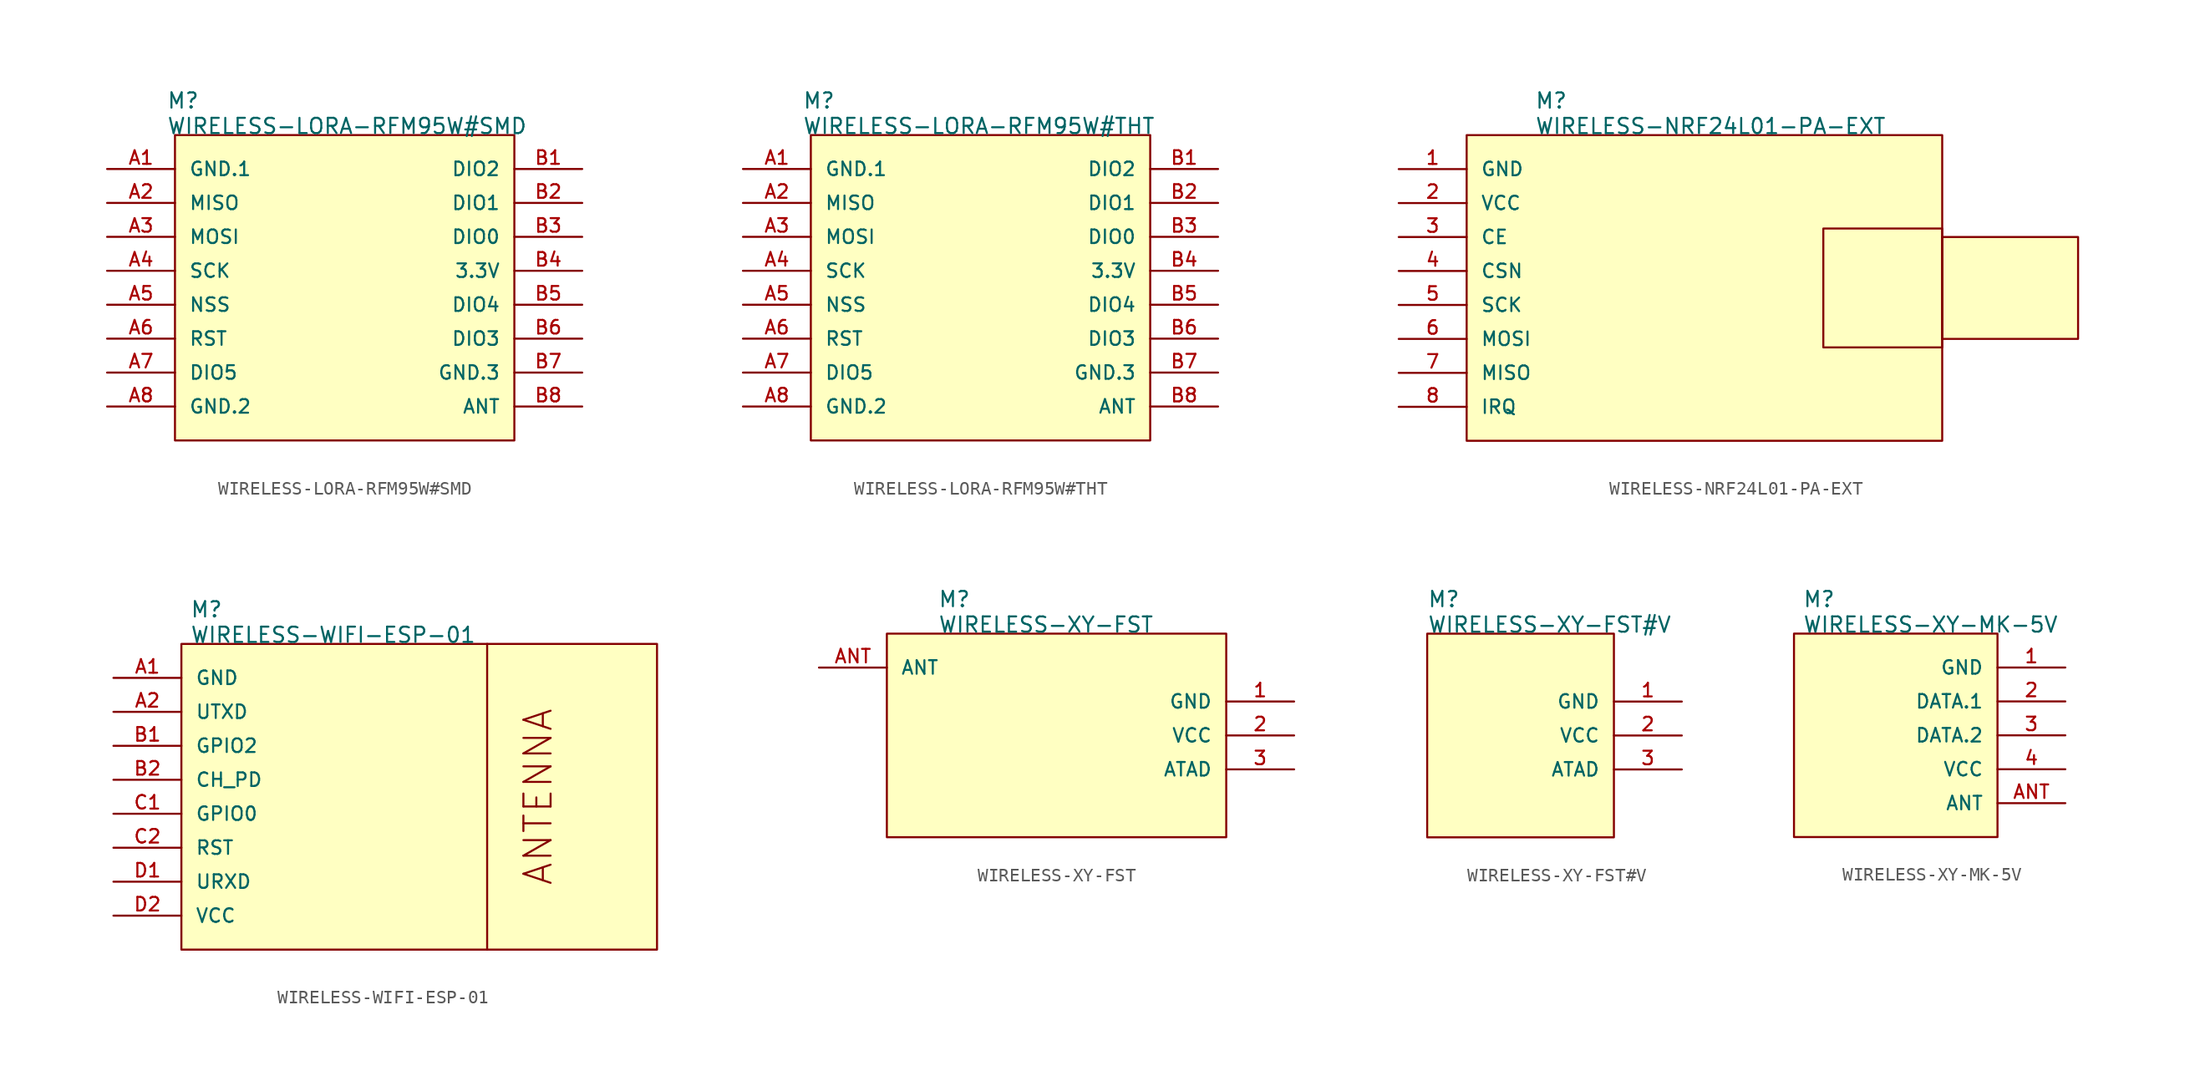
<source format=kicad_sym>
(kicad_symbol_lib
  (version 20231120)
  (generator "kicad_symbol_editor")
  (generator_version "8.0")
  (symbol "WIRELESS-LORA-RFM95W#SMD"
    (pin_names
      (offset 1.016))
    (property "Reference" "M"
      (at -13.335 14.605 0)
      (effects (font (size 1.143 1.143)) (justify left bottom)))
    (property "Value" "WIRELESS-LORA-RFM95W#SMD"
      (at -13.335 12.7 0)
      (effects (font (size 1.143 1.143)) (justify left bottom)))
    (property "ki_locked" ""
      (at 0 0 0)
      (effects (font (size 1.27 1.27))))
    (symbol "WIRELESS-LORA-RFM95W#SMD_1_1"
      (rectangle (start 12.7 -10.16) (end -12.7 12.7) (stroke (width 0) (type default)) (fill (type background)))
      (pin power_in line (at -17.78 10.16 0) (length 5.08) (name "GND.1" (effects (font (size 1.016 1.016)))) (number "A1" (effects (font (size 1.016 1.016)))))
      (pin bidirectional line (at -17.78 7.62 0) (length 5.08) (name "MISO" (effects (font (size 1.016 1.016)))) (number "A2" (effects (font (size 1.016 1.016)))))
      (pin bidirectional line (at -17.78 5.08 0) (length 5.08) (name "MOSI" (effects (font (size 1.016 1.016)))) (number "A3" (effects (font (size 1.016 1.016)))))
      (pin bidirectional line (at -17.78 2.54 0) (length 5.08) (name "SCK" (effects (font (size 1.016 1.016)))) (number "A4" (effects (font (size 1.016 1.016)))))
      (pin bidirectional line (at -17.78 0 0) (length 5.08) (name "NSS" (effects (font (size 1.016 1.016)))) (number "A5" (effects (font (size 1.016 1.016)))))
      (pin bidirectional line (at -17.78 -2.54 0) (length 5.08) (name "RST" (effects (font (size 1.016 1.016)))) (number "A6" (effects (font (size 1.016 1.016)))))
      (pin bidirectional line (at -17.78 -5.08 0) (length 5.08) (name "DIO5" (effects (font (size 1.016 1.016)))) (number "A7" (effects (font (size 1.016 1.016)))))
      (pin power_in line (at -17.78 -7.62 0) (length 5.08) (name "GND.2" (effects (font (size 1.016 1.016)))) (number "A8" (effects (font (size 1.016 1.016)))))
      (pin bidirectional line (at 17.78 10.16 180) (length 5.08) (name "DIO2" (effects (font (size 1.016 1.016)))) (number "B1" (effects (font (size 1.016 1.016)))))
      (pin bidirectional line (at 17.78 7.62 180) (length 5.08) (name "DIO1" (effects (font (size 1.016 1.016)))) (number "B2" (effects (font (size 1.016 1.016)))))
      (pin bidirectional line (at 17.78 5.08 180) (length 5.08) (name "DIO0" (effects (font (size 1.016 1.016)))) (number "B3" (effects (font (size 1.016 1.016)))))
      (pin power_in line (at 17.78 2.54 180) (length 5.08) (name "3.3V" (effects (font (size 1.016 1.016)))) (number "B4" (effects (font (size 1.016 1.016)))))
      (pin bidirectional line (at 17.78 0 180) (length 5.08) (name "DIO4" (effects (font (size 1.016 1.016)))) (number "B5" (effects (font (size 1.016 1.016)))))
      (pin bidirectional line (at 17.78 -2.54 180) (length 5.08) (name "DIO3" (effects (font (size 1.016 1.016)))) (number "B6" (effects (font (size 1.016 1.016)))))
      (pin power_in line (at 17.78 -5.08 180) (length 5.08) (name "GND.3" (effects (font (size 1.016 1.016)))) (number "B7" (effects (font (size 1.016 1.016)))))
      (pin passive line (at 17.78 -7.62 180) (length 5.08) (name "ANT" (effects (font (size 1.016 1.016)))) (number "B8" (effects (font (size 1.016 1.016)))))))
  (symbol "WIRELESS-LORA-RFM95W#THT"
    (pin_names
      (offset 1.016))
    (property "Reference" "M"
      (at -13.335 14.605 0)
      (effects (font (size 1.143 1.143)) (justify left bottom)))
    (property "Value" "WIRELESS-LORA-RFM95W#THT"
      (at -13.335 12.7 0)
      (effects (font (size 1.143 1.143)) (justify left bottom)))
    (property "ki_locked" ""
      (at 0 0 0)
      (effects (font (size 1.27 1.27))))
    (symbol "WIRELESS-LORA-RFM95W#THT_1_1"
      (rectangle (start -12.7 12.7) (end 12.7 -10.16) (stroke (width 0) (type default)) (fill (type background)))
      (pin power_in line (at -17.78 10.16 0) (length 5.08) (name "GND.1" (effects (font (size 1.016 1.016)))) (number "A1" (effects (font (size 1.016 1.016)))))
      (pin bidirectional line (at -17.78 7.62 0) (length 5.08) (name "MISO" (effects (font (size 1.016 1.016)))) (number "A2" (effects (font (size 1.016 1.016)))))
      (pin bidirectional line (at -17.78 5.08 0) (length 5.08) (name "MOSI" (effects (font (size 1.016 1.016)))) (number "A3" (effects (font (size 1.016 1.016)))))
      (pin bidirectional line (at -17.78 2.54 0) (length 5.08) (name "SCK" (effects (font (size 1.016 1.016)))) (number "A4" (effects (font (size 1.016 1.016)))))
      (pin bidirectional line (at -17.78 0 0) (length 5.08) (name "NSS" (effects (font (size 1.016 1.016)))) (number "A5" (effects (font (size 1.016 1.016)))))
      (pin bidirectional line (at -17.78 -2.54 0) (length 5.08) (name "RST" (effects (font (size 1.016 1.016)))) (number "A6" (effects (font (size 1.016 1.016)))))
      (pin bidirectional line (at -17.78 -5.08 0) (length 5.08) (name "DIO5" (effects (font (size 1.016 1.016)))) (number "A7" (effects (font (size 1.016 1.016)))))
      (pin power_in line (at -17.78 -7.62 0) (length 5.08) (name "GND.2" (effects (font (size 1.016 1.016)))) (number "A8" (effects (font (size 1.016 1.016)))))
      (pin bidirectional line (at 17.78 10.16 180) (length 5.08) (name "DIO2" (effects (font (size 1.016 1.016)))) (number "B1" (effects (font (size 1.016 1.016)))))
      (pin bidirectional line (at 17.78 7.62 180) (length 5.08) (name "DIO1" (effects (font (size 1.016 1.016)))) (number "B2" (effects (font (size 1.016 1.016)))))
      (pin bidirectional line (at 17.78 5.08 180) (length 5.08) (name "DIO0" (effects (font (size 1.016 1.016)))) (number "B3" (effects (font (size 1.016 1.016)))))
      (pin power_in line (at 17.78 2.54 180) (length 5.08) (name "3.3V" (effects (font (size 1.016 1.016)))) (number "B4" (effects (font (size 1.016 1.016)))))
      (pin bidirectional line (at 17.78 0 180) (length 5.08) (name "DIO4" (effects (font (size 1.016 1.016)))) (number "B5" (effects (font (size 1.016 1.016)))))
      (pin bidirectional line (at 17.78 -2.54 180) (length 5.08) (name "DIO3" (effects (font (size 1.016 1.016)))) (number "B6" (effects (font (size 1.016 1.016)))))
      (pin power_in line (at 17.78 -5.08 180) (length 5.08) (name "GND.3" (effects (font (size 1.016 1.016)))) (number "B7" (effects (font (size 1.016 1.016)))))
      (pin passive line (at 17.78 -7.62 180) (length 5.08) (name "ANT" (effects (font (size 1.016 1.016)))) (number "B8" (effects (font (size 1.016 1.016)))))))
  (symbol "WIRELESS-NRF24L01-PA-EXT"
    (pin_names
      (offset 1.016))
    (property "Reference" "M"
      (at -12.7 14.605 0)
      (effects (font (size 1.143 1.143)) (justify left bottom)))
    (property "Value" "WIRELESS-NRF24L01-PA-EXT"
      (at -12.7 12.7 0)
      (effects (font (size 1.143 1.143)) (justify left bottom)))
    (property "ki_locked" ""
      (at 0 0 0)
      (effects (font (size 1.27 1.27))))
    (symbol "WIRELESS-NRF24L01-PA-EXT_1_0"
      (rectangle (start 17.78 5.08) (end 27.94 -2.54) (stroke (width 0) (type default)) (fill (type background)))
      (rectangle (start 17.78 5.715) (end 8.89 -3.175) (stroke (width 0) (type default)) (fill (type none)))
      (rectangle (start 17.78 12.7) (end -17.78 -10.16) (stroke (width 0) (type default)) (fill (type background))))
    (symbol "WIRELESS-NRF24L01-PA-EXT_1_1"
      (pin power_in line (at -22.86 10.16 0) (length 5.08) (name "GND" (effects (font (size 1.016 1.016)))) (number "1" (effects (font (size 1.016 1.016)))))
      (pin power_in line (at -22.86 7.62 0) (length 5.08) (name "VCC" (effects (font (size 1.016 1.016)))) (number "2" (effects (font (size 1.016 1.016)))))
      (pin bidirectional line (at -22.86 5.08 0) (length 5.08) (name "CE" (effects (font (size 1.016 1.016)))) (number "3" (effects (font (size 1.016 1.016)))))
      (pin bidirectional line (at -22.86 2.54 0) (length 5.08) (name "CSN" (effects (font (size 1.016 1.016)))) (number "4" (effects (font (size 1.016 1.016)))))
      (pin bidirectional line (at -22.86 0 0) (length 5.08) (name "SCK" (effects (font (size 1.016 1.016)))) (number "5" (effects (font (size 1.016 1.016)))))
      (pin bidirectional line (at -22.86 -2.54 0) (length 5.08) (name "MOSI" (effects (font (size 1.016 1.016)))) (number "6" (effects (font (size 1.016 1.016)))))
      (pin bidirectional line (at -22.86 -5.08 0) (length 5.08) (name "MISO" (effects (font (size 1.016 1.016)))) (number "7" (effects (font (size 1.016 1.016)))))
      (pin bidirectional line (at -22.86 -7.62 0) (length 5.08) (name "IRQ" (effects (font (size 1.016 1.016)))) (number "8" (effects (font (size 1.016 1.016)))))))
  (symbol "WIRELESS-WIFI-ESP-01"
    (pin_names
      (offset 1.016))
    (property "Reference" "M"
      (at -17.145 14.605 0)
      (effects (font (size 1.143 1.143)) (justify left bottom)))
    (property "Value" "WIRELESS-WIFI-ESP-01"
      (at -17.145 12.7 0)
      (effects (font (size 1.143 1.143)) (justify left bottom)))
    (property "ki_locked" ""
      (at 0 0 0)
      (effects (font (size 1.27 1.27))))
    (symbol "WIRELESS-WIFI-ESP-01_1_0"
      (rectangle (start -17.78 12.7) (end 17.78 -10.16) (stroke (width 0) (type default)) (fill (type background)))
      (polyline (pts (xy 5.08 12.7) (xy 5.08 -10.16)) (stroke (width 0) (type default)) (fill (type none)))
      (text "ANTENNA" (at 8.89 1.27 900) (effects (font (size 2.032 2.032)))))
    (symbol "WIRELESS-WIFI-ESP-01_1_1"
      (pin power_in line (at -22.86 10.16 0) (length 5.08) (name "GND" (effects (font (size 1.016 1.016)))) (number "A1" (effects (font (size 1.016 1.016)))))
      (pin bidirectional line (at -22.86 7.62 0) (length 5.08) (name "UTXD" (effects (font (size 1.016 1.016)))) (number "A2" (effects (font (size 1.016 1.016)))))
      (pin bidirectional line (at -22.86 5.08 0) (length 5.08) (name "GPIO2" (effects (font (size 1.016 1.016)))) (number "B1" (effects (font (size 1.016 1.016)))))
      (pin bidirectional line (at -22.86 2.54 0) (length 5.08) (name "CH_PD" (effects (font (size 1.016 1.016)))) (number "B2" (effects (font (size 1.016 1.016)))))
      (pin bidirectional line (at -22.86 0 0) (length 5.08) (name "GPIO0" (effects (font (size 1.016 1.016)))) (number "C1" (effects (font (size 1.016 1.016)))))
      (pin bidirectional line (at -22.86 -2.54 0) (length 5.08) (name "RST" (effects (font (size 1.016 1.016)))) (number "C2" (effects (font (size 1.016 1.016)))))
      (pin bidirectional line (at -22.86 -5.08 0) (length 5.08) (name "URXD" (effects (font (size 1.016 1.016)))) (number "D1" (effects (font (size 1.016 1.016)))))
      (pin power_in line (at -22.86 -7.62 0) (length 5.08) (name "VCC" (effects (font (size 1.016 1.016)))) (number "D2" (effects (font (size 1.016 1.016)))))))
  (symbol "WIRELESS-XY-FST"
    (pin_names
      (offset 1.016))
    (property "Reference" "M"
      (at -8.89 9.525 0)
      (effects (font (size 1.143 1.143)) (justify left bottom)))
    (property "Value" "WIRELESS-XY-FST"
      (at -8.89 7.62 0)
      (effects (font (size 1.143 1.143)) (justify left bottom)))
    (property "ki_locked" ""
      (at 0 0 0)
      (effects (font (size 1.27 1.27))))
    (symbol "WIRELESS-XY-FST_1_0"
      (rectangle (start -12.7 7.62) (end 12.7 -7.62) (stroke (width 0) (type default)) (fill (type background))))
    (symbol "WIRELESS-XY-FST_1_1"
      (pin power_in line (at 17.78 2.54 180) (length 5.08) (name "GND" (effects (font (size 1.016 1.016)))) (number "1" (effects (font (size 1.016 1.016)))))
      (pin power_in line (at 17.78 0 180) (length 5.08) (name "VCC" (effects (font (size 1.016 1.016)))) (number "2" (effects (font (size 1.016 1.016)))))
      (pin input line (at 17.78 -2.54 180) (length 5.08) (name "ATAD" (effects (font (size 1.016 1.016)))) (number "3" (effects (font (size 1.016 1.016)))))
      (pin output line (at -17.78 5.08 0) (length 5.08) (name "ANT" (effects (font (size 1.016 1.016)))) (number "ANT" (effects (font (size 1.016 1.016)))))))
  (symbol "WIRELESS-XY-FST#V"
    (pin_names
      (offset 1.016))
    (property "Reference" "M"
      (at -11.43 9.525 0)
      (effects (font (size 1.143 1.143)) (justify left bottom)))
    (property "Value" "WIRELESS-XY-FST#V"
      (at -11.43 7.62 0)
      (effects (font (size 1.143 1.143)) (justify left bottom)))
    (property "ki_locked" ""
      (at 0 0 0)
      (effects (font (size 1.27 1.27))))
    (symbol "WIRELESS-XY-FST#V_1_0"
      (rectangle (start 2.54 7.62) (end -11.43 -7.62) (stroke (width 0) (type default)) (fill (type background))))
    (symbol "WIRELESS-XY-FST#V_1_1"
      (pin power_in line (at 7.62 2.54 180) (length 5.08) (name "GND" (effects (font (size 1.016 1.016)))) (number "1" (effects (font (size 1.016 1.016)))))
      (pin power_in line (at 7.62 0 180) (length 5.08) (name "VCC" (effects (font (size 1.016 1.016)))) (number "2" (effects (font (size 1.016 1.016)))))
      (pin input line (at 7.62 -2.54 180) (length 5.08) (name "ATAD" (effects (font (size 1.016 1.016)))) (number "3" (effects (font (size 1.016 1.016)))))))
  (symbol "WIRELESS-XY-MK-5V"
    (pin_names
      (offset 1.016))
    (property "Reference" "M"
      (at -12.7 9.525 0)
      (effects (font (size 1.143 1.143)) (justify left bottom)))
    (property "Value" "WIRELESS-XY-MK-5V"
      (at -12.7 7.62 0)
      (effects (font (size 1.143 1.143)) (justify left bottom)))
    (property "ki_locked" ""
      (at 0 0 0)
      (effects (font (size 1.27 1.27))))
    (symbol "WIRELESS-XY-MK-5V_1_0"
      (rectangle (start -13.335 7.62) (end 1.905 -7.62) (stroke (width 0) (type default)) (fill (type background))))
    (symbol "WIRELESS-XY-MK-5V_1_1"
      (pin bidirectional line (at 6.985 5.08 180) (length 5.08) (name "GND" (effects (font (size 1.016 1.016)))) (number "1" (effects (font (size 1.016 1.016)))))
      (pin bidirectional line (at 6.985 2.54 180) (length 5.08) (name "DATA.1" (effects (font (size 1.016 1.016)))) (number "2" (effects (font (size 1.016 1.016)))))
      (pin bidirectional line (at 6.985 0 180) (length 5.08) (name "DATA.2" (effects (font (size 1.016 1.016)))) (number "3" (effects (font (size 1.016 1.016)))))
      (pin bidirectional line (at 6.985 -2.54 180) (length 5.08) (name "VCC" (effects (font (size 1.016 1.016)))) (number "4" (effects (font (size 1.016 1.016)))))
      (pin output line (at 6.985 -5.08 180) (length 5.08) (name "ANT" (effects (font (size 1.016 1.016)))) (number "ANT" (effects (font (size 1.016 1.016))))))))
</source>
